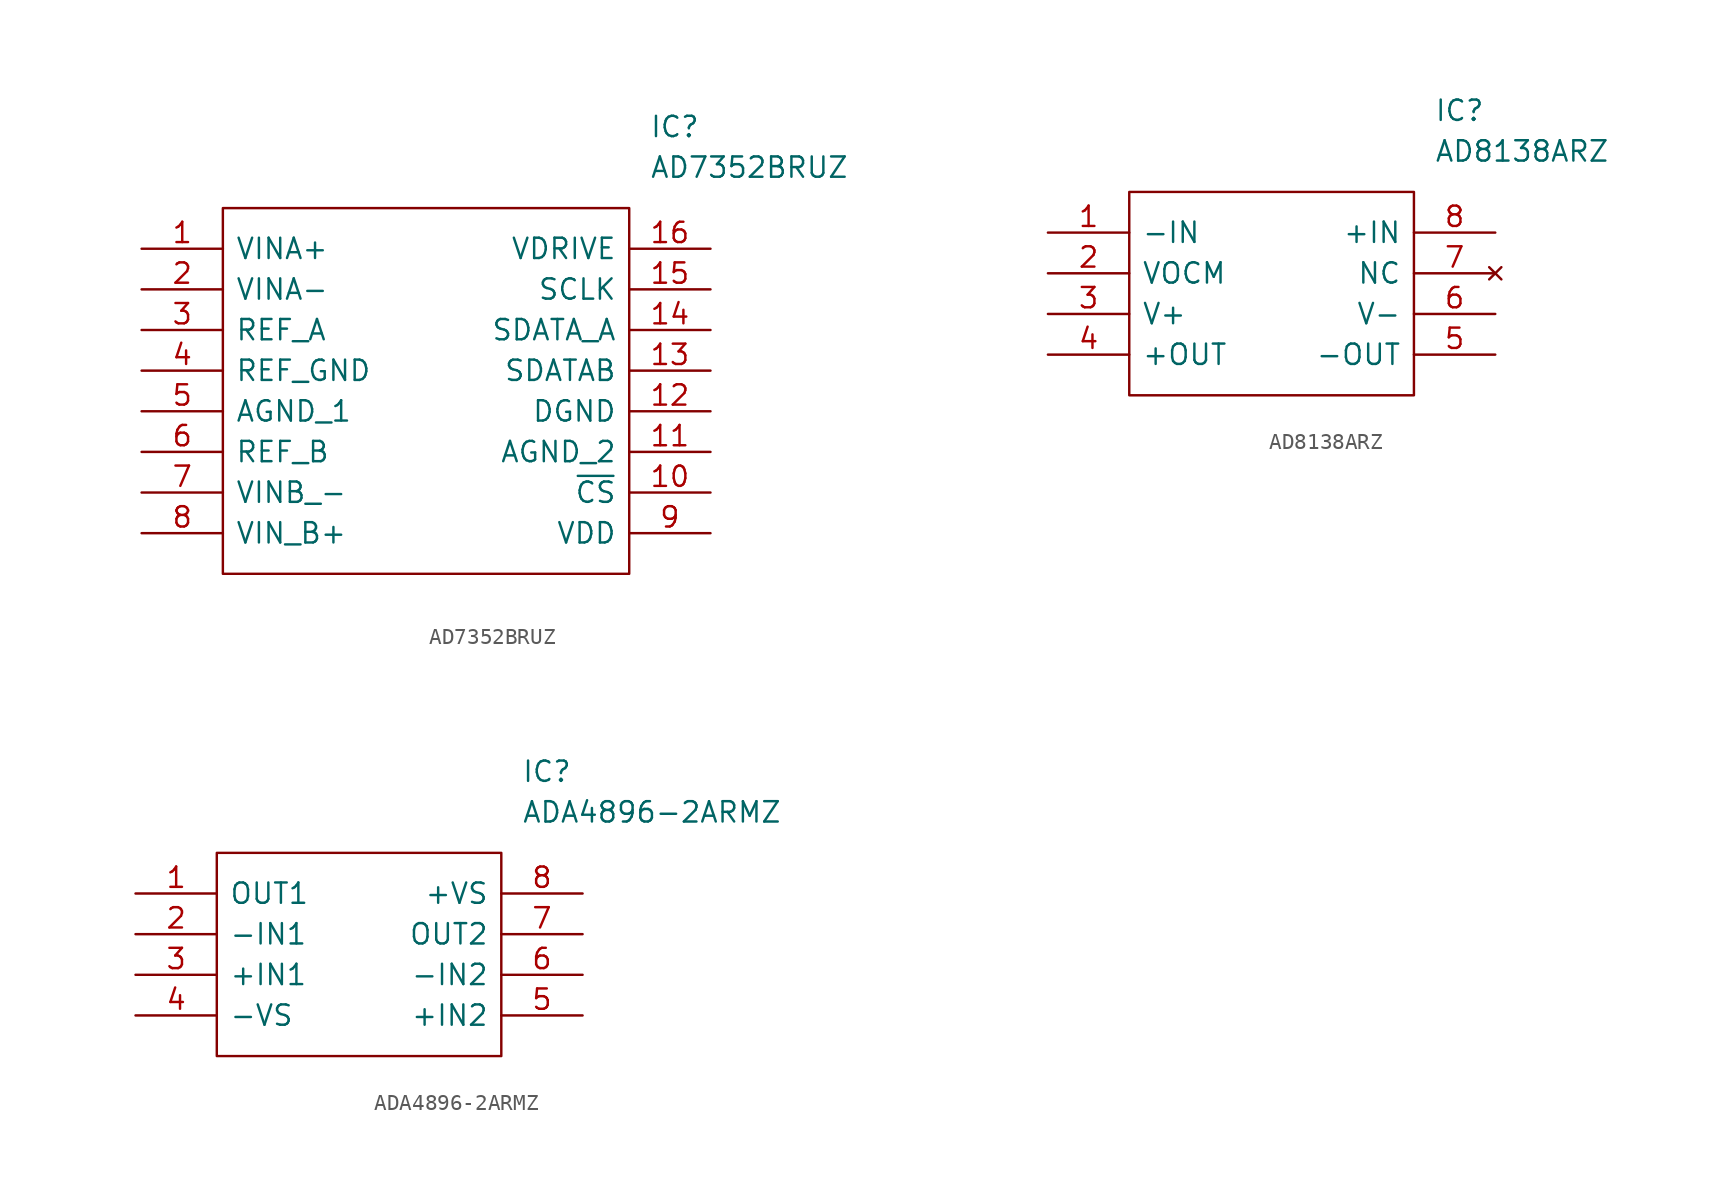
<source format=kicad_sym>
(kicad_symbol_lib
  (version 20220914)
  (generator kicad_symbol_editor)
  (symbol "AD7352BRUZ"
    (pin_names
      (offset 0.762))
    (property "Reference" "IC"
      (at 31.75 7.62 0)
      (effects (font (size 1.27 1.27)) (justify left)))
    (property "Value" "AD7352BRUZ"
      (at 31.75 5.08 0)
      (effects (font (size 1.27 1.27)) (justify left)))
    (symbol "AD7352BRUZ_0_0"
      (pin passive line (at 0 0 0) (length 5.08) (name "VINA+" (effects (font (size 1.27 1.27)))) (number "1" (effects (font (size 1.27 1.27)))))
      (pin passive line (at 35.56 -15.24 180) (length 5.08) (name "~{CS}" (effects (font (size 1.27 1.27)))) (number "10" (effects (font (size 1.27 1.27)))))
      (pin passive line (at 35.56 -12.7 180) (length 5.08) (name "AGND_2" (effects (font (size 1.27 1.27)))) (number "11" (effects (font (size 1.27 1.27)))))
      (pin passive line (at 35.56 -10.16 180) (length 5.08) (name "DGND" (effects (font (size 1.27 1.27)))) (number "12" (effects (font (size 1.27 1.27)))))
      (pin passive line (at 35.56 -7.62 180) (length 5.08) (name "SDATAB" (effects (font (size 1.27 1.27)))) (number "13" (effects (font (size 1.27 1.27)))))
      (pin passive line (at 35.56 -5.08 180) (length 5.08) (name "SDATA_A" (effects (font (size 1.27 1.27)))) (number "14" (effects (font (size 1.27 1.27)))))
      (pin passive line (at 35.56 -2.54 180) (length 5.08) (name "SCLK" (effects (font (size 1.27 1.27)))) (number "15" (effects (font (size 1.27 1.27)))))
      (pin passive line (at 35.56 0 180) (length 5.08) (name "VDRIVE" (effects (font (size 1.27 1.27)))) (number "16" (effects (font (size 1.27 1.27)))))
      (pin passive line (at 0 -2.54 0) (length 5.08) (name "VINA-" (effects (font (size 1.27 1.27)))) (number "2" (effects (font (size 1.27 1.27)))))
      (pin passive line (at 0 -5.08 0) (length 5.08) (name "REF_A" (effects (font (size 1.27 1.27)))) (number "3" (effects (font (size 1.27 1.27)))))
      (pin passive line (at 0 -7.62 0) (length 5.08) (name "REF_GND" (effects (font (size 1.27 1.27)))) (number "4" (effects (font (size 1.27 1.27)))))
      (pin passive line (at 0 -10.16 0) (length 5.08) (name "AGND_1" (effects (font (size 1.27 1.27)))) (number "5" (effects (font (size 1.27 1.27)))))
      (pin passive line (at 0 -12.7 0) (length 5.08) (name "REF_B" (effects (font (size 1.27 1.27)))) (number "6" (effects (font (size 1.27 1.27)))))
      (pin passive line (at 0 -15.24 0) (length 5.08) (name "VINB_-" (effects (font (size 1.27 1.27)))) (number "7" (effects (font (size 1.27 1.27)))))
      (pin passive line (at 0 -17.78 0) (length 5.08) (name "VIN_B+" (effects (font (size 1.27 1.27)))) (number "8" (effects (font (size 1.27 1.27)))))
      (pin passive line (at 35.56 -17.78 180) (length 5.08) (name "VDD" (effects (font (size 1.27 1.27)))) (number "9" (effects (font (size 1.27 1.27))))))
    (symbol "AD7352BRUZ_0_1"
      (polyline (pts (xy 5.08 2.54) (xy 30.48 2.54) (xy 30.48 -20.32) (xy 5.08 -20.32) (xy 5.08 2.54)) (stroke (width 0.152) (type solid)) (fill (type none)))))
  (symbol "AD8138ARZ"
    (pin_names
      (offset 0.762))
    (property "Reference" "IC"
      (at 24.13 7.62 0)
      (effects (font (size 1.27 1.27)) (justify left)))
    (property "Value" "AD8138ARZ"
      (at 24.13 5.08 0)
      (effects (font (size 1.27 1.27)) (justify left)))
    (symbol "AD8138ARZ_0_0"
      (pin passive line (at 0 0 0) (length 5.08) (name "-IN" (effects (font (size 1.27 1.27)))) (number "1" (effects (font (size 1.27 1.27)))))
      (pin passive line (at 0 -2.54 0) (length 5.08) (name "VOCM" (effects (font (size 1.27 1.27)))) (number "2" (effects (font (size 1.27 1.27)))))
      (pin passive line (at 0 -5.08 0) (length 5.08) (name "V+" (effects (font (size 1.27 1.27)))) (number "3" (effects (font (size 1.27 1.27)))))
      (pin passive line (at 0 -7.62 0) (length 5.08) (name "+OUT" (effects (font (size 1.27 1.27)))) (number "4" (effects (font (size 1.27 1.27)))))
      (pin passive line (at 27.94 -7.62 180) (length 5.08) (name "-OUT" (effects (font (size 1.27 1.27)))) (number "5" (effects (font (size 1.27 1.27)))))
      (pin passive line (at 27.94 -5.08 180) (length 5.08) (name "V-" (effects (font (size 1.27 1.27)))) (number "6" (effects (font (size 1.27 1.27)))))
      (pin no_connect line (at 27.94 -2.54 180) (length 5.08) (name "NC" (effects (font (size 1.27 1.27)))) (number "7" (effects (font (size 1.27 1.27)))))
      (pin passive line (at 27.94 0 180) (length 5.08) (name "+IN" (effects (font (size 1.27 1.27)))) (number "8" (effects (font (size 1.27 1.27))))))
    (symbol "AD8138ARZ_0_1"
      (polyline (pts (xy 5.08 2.54) (xy 22.86 2.54) (xy 22.86 -10.16) (xy 5.08 -10.16) (xy 5.08 2.54)) (stroke (width 0.152) (type solid)) (fill (type none)))))
  (symbol "ADA4896-2ARMZ"
    (pin_names
      (offset 0.762))
    (property "Reference" "IC"
      (at 24.13 7.62 0)
      (effects (font (size 1.27 1.27)) (justify left)))
    (property "Value" "ADA4896-2ARMZ"
      (at 24.13 5.08 0)
      (effects (font (size 1.27 1.27)) (justify left)))
    (symbol "ADA4896-2ARMZ_0_0"
      (pin passive line (at 0 0 0) (length 5.08) (name "OUT1" (effects (font (size 1.27 1.27)))) (number "1" (effects (font (size 1.27 1.27)))))
      (pin passive line (at 0 -2.54 0) (length 5.08) (name "-IN1" (effects (font (size 1.27 1.27)))) (number "2" (effects (font (size 1.27 1.27)))))
      (pin passive line (at 0 -5.08 0) (length 5.08) (name "+IN1" (effects (font (size 1.27 1.27)))) (number "3" (effects (font (size 1.27 1.27)))))
      (pin passive line (at 0 -7.62 0) (length 5.08) (name "-VS" (effects (font (size 1.27 1.27)))) (number "4" (effects (font (size 1.27 1.27)))))
      (pin passive line (at 27.94 -7.62 180) (length 5.08) (name "+IN2" (effects (font (size 1.27 1.27)))) (number "5" (effects (font (size 1.27 1.27)))))
      (pin passive line (at 27.94 -5.08 180) (length 5.08) (name "-IN2" (effects (font (size 1.27 1.27)))) (number "6" (effects (font (size 1.27 1.27)))))
      (pin passive line (at 27.94 -2.54 180) (length 5.08) (name "OUT2" (effects (font (size 1.27 1.27)))) (number "7" (effects (font (size 1.27 1.27)))))
      (pin passive line (at 27.94 0 180) (length 5.08) (name "+VS" (effects (font (size 1.27 1.27)))) (number "8" (effects (font (size 1.27 1.27))))))
    (symbol "ADA4896-2ARMZ_0_1"
      (polyline (pts (xy 5.08 2.54) (xy 22.86 2.54) (xy 22.86 -10.16) (xy 5.08 -10.16) (xy 5.08 2.54)) (stroke (width 0.152) (type solid)) (fill (type none))))))
</source>
